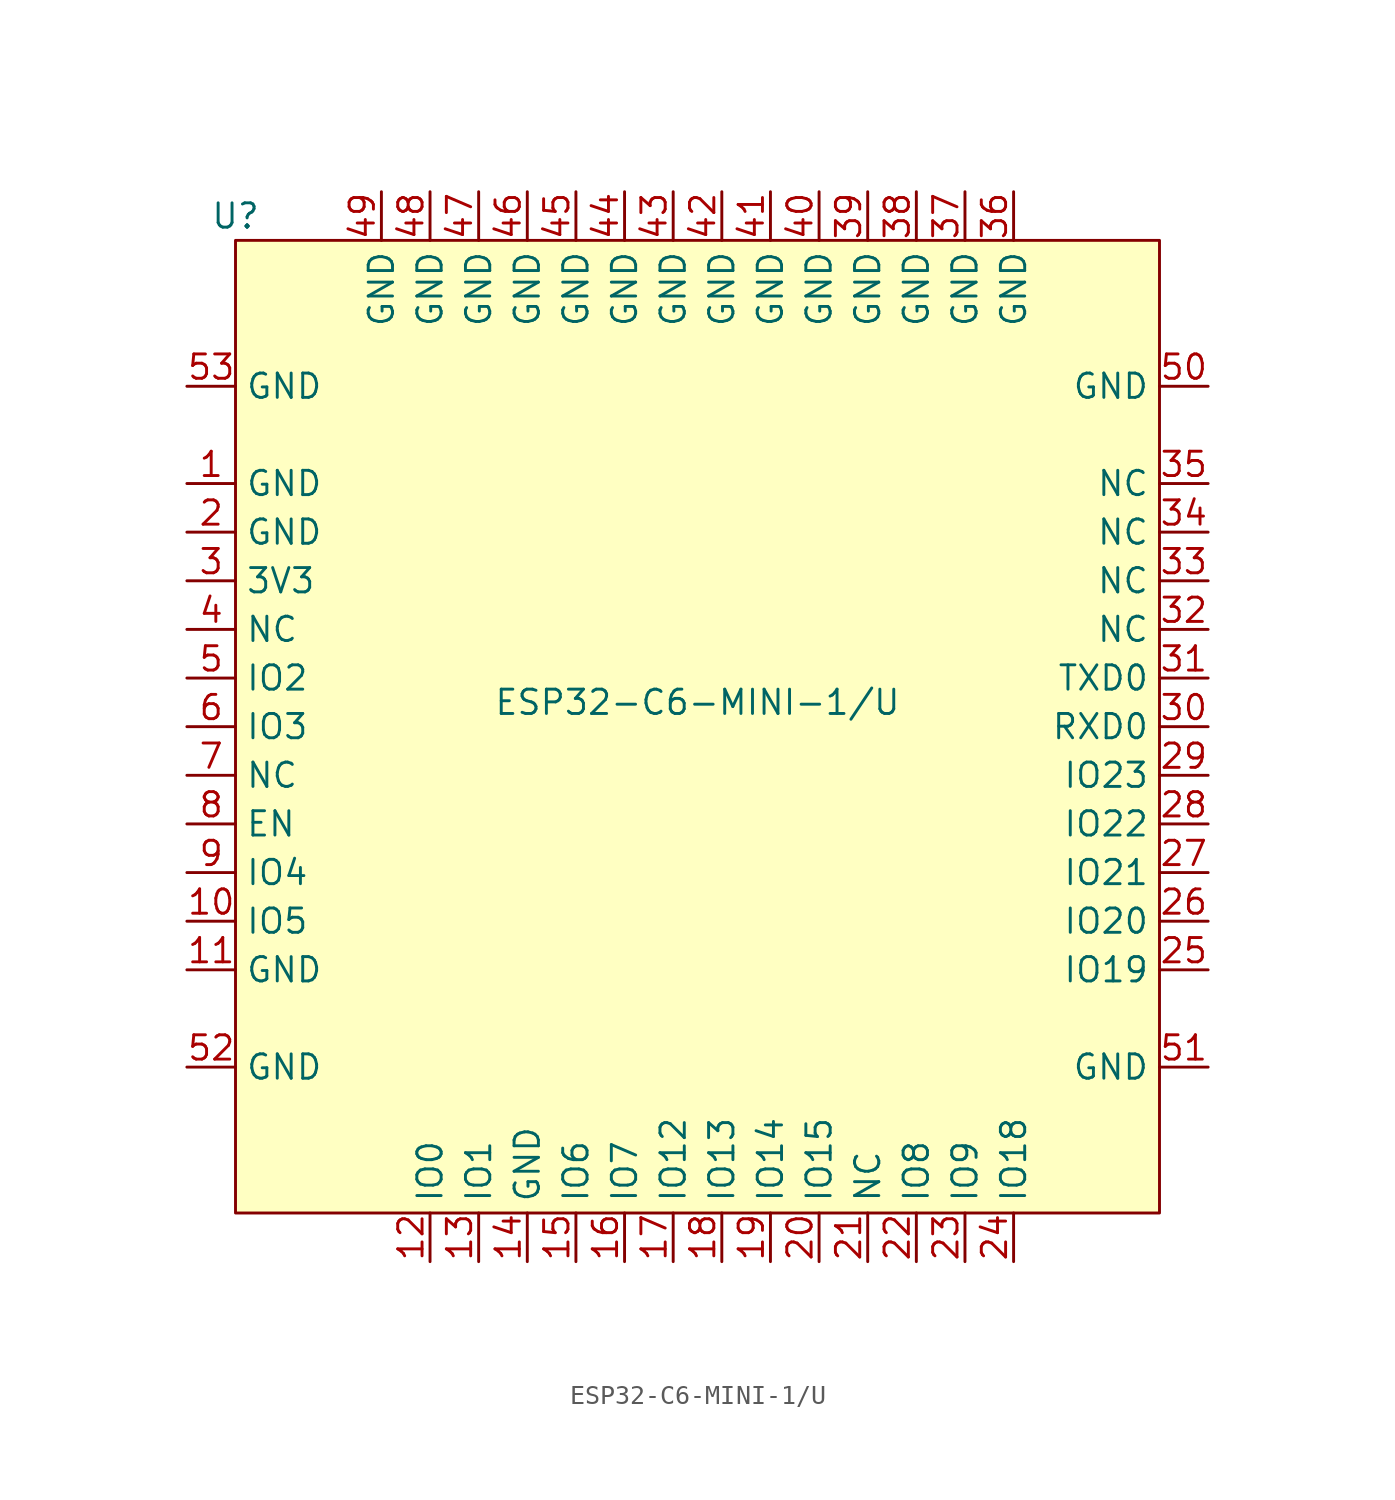
<source format=kicad_sym>
(kicad_symbol_lib
  (version 20220914)
  (generator kicad_symbol_editor)
  (symbol "ESP32-C6-MINI-1/U"
    (property "Reference" "U"
      (at 0 1.27 0)
      (effects (font (size 1.27 1.27))))
    (property "Value" "ESP32-C6-MINI-1/U"
      (at 24.13 -24.13 0)
      (effects (font (size 1.27 1.27))))
    (symbol "ESP32-C6-MINI-1/U_1_1"
      (rectangle (start 0 0) (end 48.26 -50.8) (stroke (width 0) (type default)) (fill (type background)))
      (pin input line (at -2.54 -12.7 0) (length 2.54) (name "GND" (effects (font (size 1.27 1.27)))) (number "1" (effects (font (size 1.27 1.27)))))
      (pin input line (at -2.54 -35.56 0) (length 2.54) (name "IO5" (effects (font (size 1.27 1.27)))) (number "10" (effects (font (size 1.27 1.27)))))
      (pin input line (at -2.54 -38.1 0) (length 2.54) (name "GND" (effects (font (size 1.27 1.27)))) (number "11" (effects (font (size 1.27 1.27)))))
      (pin input line (at 10.16 -53.34 90) (length 2.54) (name "IO0" (effects (font (size 1.27 1.27)))) (number "12" (effects (font (size 1.27 1.27)))))
      (pin input line (at 12.7 -53.34 90) (length 2.54) (name "IO1" (effects (font (size 1.27 1.27)))) (number "13" (effects (font (size 1.27 1.27)))))
      (pin input line (at 15.24 -53.34 90) (length 2.54) (name "GND" (effects (font (size 1.27 1.27)))) (number "14" (effects (font (size 1.27 1.27)))))
      (pin input line (at 17.78 -53.34 90) (length 2.54) (name "IO6" (effects (font (size 1.27 1.27)))) (number "15" (effects (font (size 1.27 1.27)))))
      (pin input line (at 20.32 -53.34 90) (length 2.54) (name "IO7" (effects (font (size 1.27 1.27)))) (number "16" (effects (font (size 1.27 1.27)))))
      (pin input line (at 22.86 -53.34 90) (length 2.54) (name "IO12" (effects (font (size 1.27 1.27)))) (number "17" (effects (font (size 1.27 1.27)))))
      (pin input line (at 25.4 -53.34 90) (length 2.54) (name "IO13" (effects (font (size 1.27 1.27)))) (number "18" (effects (font (size 1.27 1.27)))))
      (pin input line (at 27.94 -53.34 90) (length 2.54) (name "IO14" (effects (font (size 1.27 1.27)))) (number "19" (effects (font (size 1.27 1.27)))))
      (pin input line (at -2.54 -15.24 0) (length 2.54) (name "GND" (effects (font (size 1.27 1.27)))) (number "2" (effects (font (size 1.27 1.27)))))
      (pin input line (at 30.48 -53.34 90) (length 2.54) (name "IO15" (effects (font (size 1.27 1.27)))) (number "20" (effects (font (size 1.27 1.27)))))
      (pin input line (at 33.02 -53.34 90) (length 2.54) (name "NC" (effects (font (size 1.27 1.27)))) (number "21" (effects (font (size 1.27 1.27)))))
      (pin input line (at 35.56 -53.34 90) (length 2.54) (name "IO8" (effects (font (size 1.27 1.27)))) (number "22" (effects (font (size 1.27 1.27)))))
      (pin input line (at 38.1 -53.34 90) (length 2.54) (name "IO9" (effects (font (size 1.27 1.27)))) (number "23" (effects (font (size 1.27 1.27)))))
      (pin input line (at 40.64 -53.34 90) (length 2.54) (name "IO18" (effects (font (size 1.27 1.27)))) (number "24" (effects (font (size 1.27 1.27)))))
      (pin input line (at 50.8 -38.1 180) (length 2.54) (name "IO19" (effects (font (size 1.27 1.27)))) (number "25" (effects (font (size 1.27 1.27)))))
      (pin input line (at 50.8 -35.56 180) (length 2.54) (name "IO20" (effects (font (size 1.27 1.27)))) (number "26" (effects (font (size 1.27 1.27)))))
      (pin input line (at 50.8 -33.02 180) (length 2.54) (name "IO21" (effects (font (size 1.27 1.27)))) (number "27" (effects (font (size 1.27 1.27)))))
      (pin input line (at 50.8 -30.48 180) (length 2.54) (name "IO22" (effects (font (size 1.27 1.27)))) (number "28" (effects (font (size 1.27 1.27)))))
      (pin input line (at 50.8 -27.94 180) (length 2.54) (name "IO23" (effects (font (size 1.27 1.27)))) (number "29" (effects (font (size 1.27 1.27)))))
      (pin input line (at -2.54 -17.78 0) (length 2.54) (name "3V3" (effects (font (size 1.27 1.27)))) (number "3" (effects (font (size 1.27 1.27)))))
      (pin input line (at 50.8 -25.4 180) (length 2.54) (name "RXD0" (effects (font (size 1.27 1.27)))) (number "30" (effects (font (size 1.27 1.27)))))
      (pin input line (at 50.8 -22.86 180) (length 2.54) (name "TXD0" (effects (font (size 1.27 1.27)))) (number "31" (effects (font (size 1.27 1.27)))))
      (pin input line (at 50.8 -20.32 180) (length 2.54) (name "NC" (effects (font (size 1.27 1.27)))) (number "32" (effects (font (size 1.27 1.27)))))
      (pin input line (at 50.8 -17.78 180) (length 2.54) (name "NC" (effects (font (size 1.27 1.27)))) (number "33" (effects (font (size 1.27 1.27)))))
      (pin input line (at 50.8 -15.24 180) (length 2.54) (name "NC" (effects (font (size 1.27 1.27)))) (number "34" (effects (font (size 1.27 1.27)))))
      (pin input line (at 50.8 -12.7 180) (length 2.54) (name "NC" (effects (font (size 1.27 1.27)))) (number "35" (effects (font (size 1.27 1.27)))))
      (pin input line (at 40.64 2.54 270) (length 2.54) (name "GND" (effects (font (size 1.27 1.27)))) (number "36" (effects (font (size 1.27 1.27)))))
      (pin input line (at 38.1 2.54 270) (length 2.54) (name "GND" (effects (font (size 1.27 1.27)))) (number "37" (effects (font (size 1.27 1.27)))))
      (pin input line (at 35.56 2.54 270) (length 2.54) (name "GND" (effects (font (size 1.27 1.27)))) (number "38" (effects (font (size 1.27 1.27)))))
      (pin input line (at 33.02 2.54 270) (length 2.54) (name "GND" (effects (font (size 1.27 1.27)))) (number "39" (effects (font (size 1.27 1.27)))))
      (pin input line (at -2.54 -20.32 0) (length 2.54) (name "NC" (effects (font (size 1.27 1.27)))) (number "4" (effects (font (size 1.27 1.27)))))
      (pin input line (at 30.48 2.54 270) (length 2.54) (name "GND" (effects (font (size 1.27 1.27)))) (number "40" (effects (font (size 1.27 1.27)))))
      (pin input line (at 27.94 2.54 270) (length 2.54) (name "GND" (effects (font (size 1.27 1.27)))) (number "41" (effects (font (size 1.27 1.27)))))
      (pin input line (at 25.4 2.54 270) (length 2.54) (name "GND" (effects (font (size 1.27 1.27)))) (number "42" (effects (font (size 1.27 1.27)))))
      (pin input line (at 22.86 2.54 270) (length 2.54) (name "GND" (effects (font (size 1.27 1.27)))) (number "43" (effects (font (size 1.27 1.27)))))
      (pin input line (at 20.32 2.54 270) (length 2.54) (name "GND" (effects (font (size 1.27 1.27)))) (number "44" (effects (font (size 1.27 1.27)))))
      (pin input line (at 17.78 2.54 270) (length 2.54) (name "GND" (effects (font (size 1.27 1.27)))) (number "45" (effects (font (size 1.27 1.27)))))
      (pin input line (at 15.24 2.54 270) (length 2.54) (name "GND" (effects (font (size 1.27 1.27)))) (number "46" (effects (font (size 1.27 1.27)))))
      (pin input line (at 12.7 2.54 270) (length 2.54) (name "GND" (effects (font (size 1.27 1.27)))) (number "47" (effects (font (size 1.27 1.27)))))
      (pin input line (at 10.16 2.54 270) (length 2.54) (name "GND" (effects (font (size 1.27 1.27)))) (number "48" (effects (font (size 1.27 1.27)))))
      (pin input line (at 7.62 2.54 270) (length 2.54) (name "GND" (effects (font (size 1.27 1.27)))) (number "49" (effects (font (size 1.27 1.27)))))
      (pin input line (at -2.54 -22.86 0) (length 2.54) (name "IO2" (effects (font (size 1.27 1.27)))) (number "5" (effects (font (size 1.27 1.27)))))
      (pin input line (at 50.8 -7.62 180) (length 2.54) (name "GND" (effects (font (size 1.27 1.27)))) (number "50" (effects (font (size 1.27 1.27)))))
      (pin input line (at 50.8 -43.18 180) (length 2.54) (name "GND" (effects (font (size 1.27 1.27)))) (number "51" (effects (font (size 1.27 1.27)))))
      (pin input line (at -2.54 -43.18 0) (length 2.54) (name "GND" (effects (font (size 1.27 1.27)))) (number "52" (effects (font (size 1.27 1.27)))))
      (pin input line (at -2.54 -7.62 0) (length 2.54) (name "GND" (effects (font (size 1.27 1.27)))) (number "53" (effects (font (size 1.27 1.27)))))
      (pin input line (at -2.54 -25.4 0) (length 2.54) (name "IO3" (effects (font (size 1.27 1.27)))) (number "6" (effects (font (size 1.27 1.27)))))
      (pin input line (at -2.54 -27.94 0) (length 2.54) (name "NC" (effects (font (size 1.27 1.27)))) (number "7" (effects (font (size 1.27 1.27)))))
      (pin input line (at -2.54 -30.48 0) (length 2.54) (name "EN" (effects (font (size 1.27 1.27)))) (number "8" (effects (font (size 1.27 1.27)))))
      (pin input line (at -2.54 -33.02 0) (length 2.54) (name "IO4" (effects (font (size 1.27 1.27)))) (number "9" (effects (font (size 1.27 1.27))))))))
</source>
